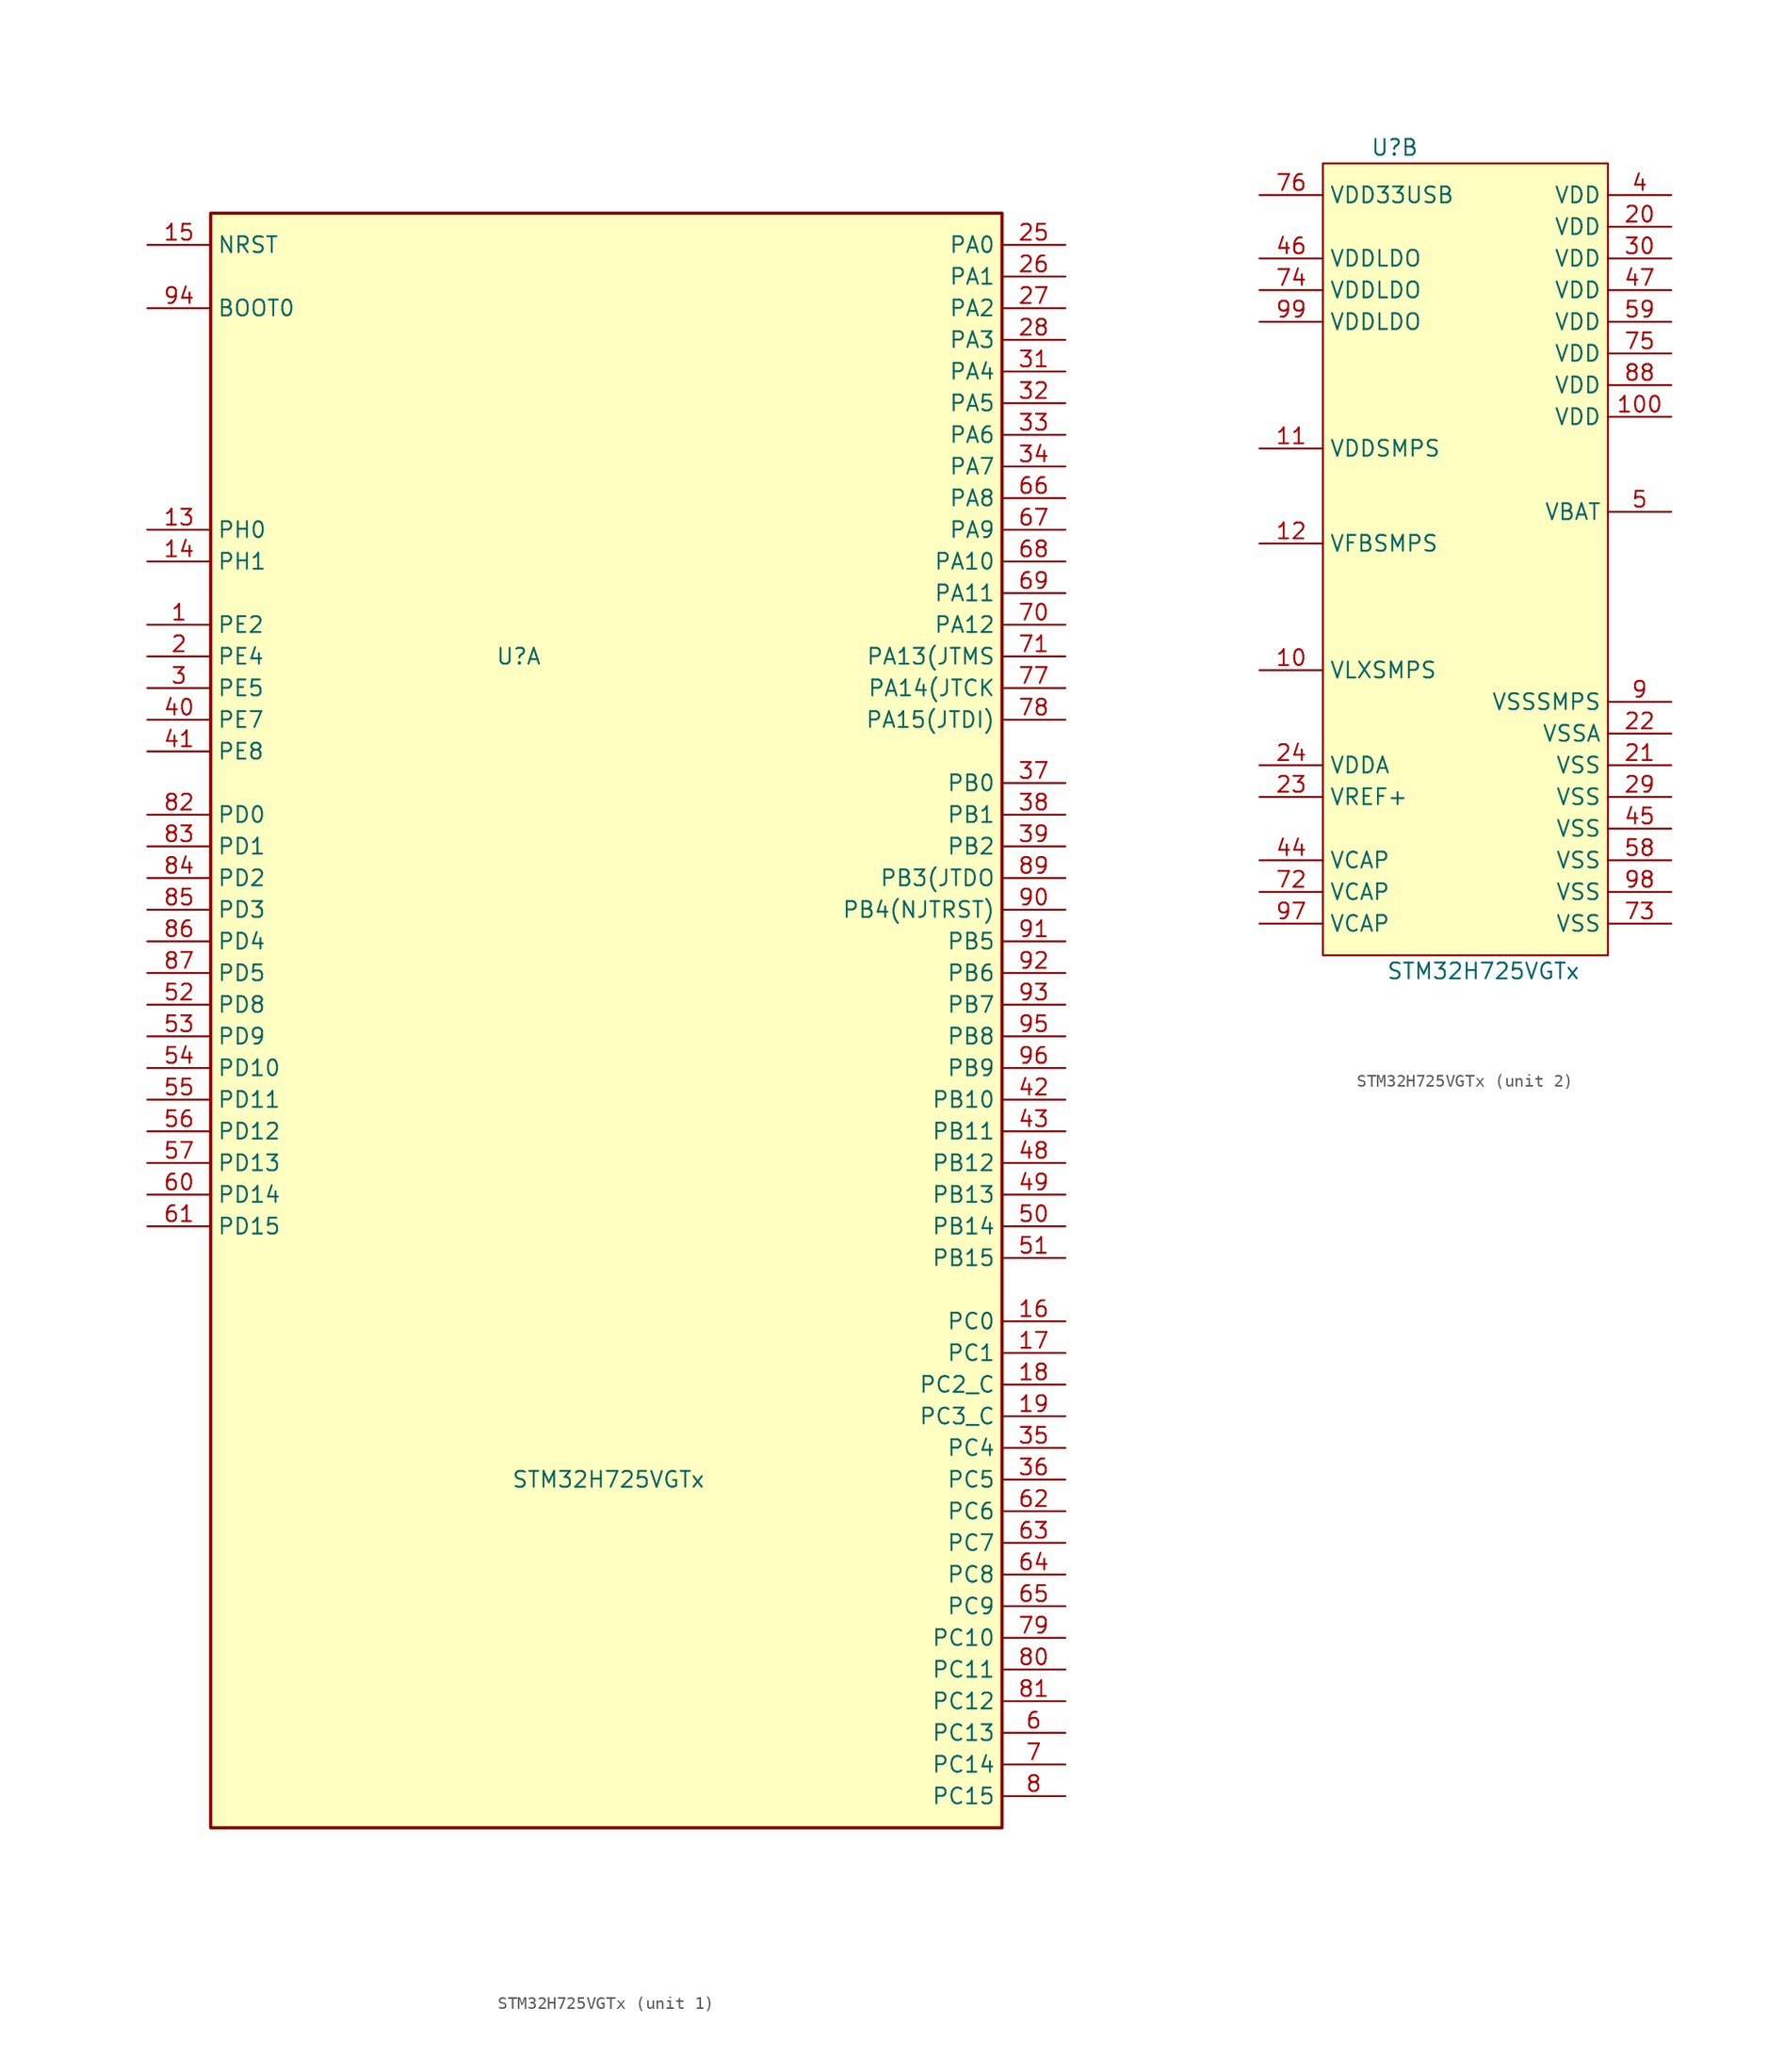
<source format=kicad_sym>
(kicad_symbol_lib
  (version 20220914)
  (generator kicad_symbol_editor)
  (symbol "STM32H725VGTx"
    (property "Reference" "U"
      (at -7.62 30.48 0)
      (effects (font (size 1.27 1.27)) (justify left)))
    (property "Value" "STM32H725VGTx"
      (at -6.35 -35.56 0)
      (effects (font (size 1.27 1.27)) (justify left)))
    (property "ki_locked" ""
      (at 0 0 0)
      (effects (font (size 1.27 1.27))))
    (symbol "STM32H725VGTx_1_1"
      (rectangle (start -30.48 66.04) (end 33.02 -63.5) (stroke (width 0.254) (type default)) (fill (type background)))
      (pin bidirectional line (at -35.56 33.02 0) (length 5.08) (name "PE2" (effects (font (size 1.27 1.27)))) (number "1" (effects (font (size 1.27 1.27)))) (alternate "DEBUG_TRACECLK" bidirectional line) (alternate "ETH_TXD3" bidirectional line) (alternate "FMC_A23" bidirectional line) (alternate "OCTOSPIM_P1_IO2" bidirectional line) (alternate "SAI1_CK1" bidirectional line) (alternate "SAI1_MCLK_A" bidirectional line) (alternate "SAI4_CK1" bidirectional line) (alternate "SAI4_MCLK_A" bidirectional line) (alternate "SPI4_SCK" bidirectional line))
      (pin bidirectional line (at -35.56 40.64 0) (length 5.08) (name "PH0" (effects (font (size 1.27 1.27)))) (number "13" (effects (font (size 1.27 1.27)))) (alternate "RCC_OSC_IN" bidirectional line))
      (pin bidirectional line (at -35.56 38.1 0) (length 5.08) (name "PH1" (effects (font (size 1.27 1.27)))) (number "14" (effects (font (size 1.27 1.27)))) (alternate "RCC_OSC_OUT" bidirectional line))
      (pin input line (at -35.56 63.5 0) (length 5.08) (name "NRST" (effects (font (size 1.27 1.27)))) (number "15" (effects (font (size 1.27 1.27)))))
      (pin bidirectional line (at 38.1 -22.86 180) (length 5.08) (name "PC0" (effects (font (size 1.27 1.27)))) (number "16" (effects (font (size 1.27 1.27)))) (alternate "ADC1_INP10" bidirectional line) (alternate "ADC2_INP10" bidirectional line) (alternate "ADC3_INP10" bidirectional line) (alternate "DFSDM1_CKIN0" bidirectional line) (alternate "DFSDM1_DATIN4" bidirectional line) (alternate "FMC_A25" bidirectional line) (alternate "FMC_D12" bidirectional line) (alternate "FMC_DA12" bidirectional line) (alternate "FMC_SDNWE" bidirectional line) (alternate "LTDC_G2" bidirectional line) (alternate "LTDC_R5" bidirectional line) (alternate "SAI4_FS_B" bidirectional line) (alternate "USB_OTG_HS_ULPI_STP" bidirectional line))
      (pin bidirectional line (at 38.1 -25.4 180) (length 5.08) (name "PC1" (effects (font (size 1.27 1.27)))) (number "17" (effects (font (size 1.27 1.27)))) (alternate "ADC1_INN10" bidirectional line) (alternate "ADC1_INP11" bidirectional line) (alternate "ADC2_INN10" bidirectional line) (alternate "ADC2_INP11" bidirectional line) (alternate "ADC3_INN10" bidirectional line) (alternate "ADC3_INP11" bidirectional line) (alternate "DEBUG_TRACED0" bidirectional line) (alternate "DFSDM1_CKIN4" bidirectional line) (alternate "DFSDM1_DATIN0" bidirectional line) (alternate "ETH_MDC" bidirectional line) (alternate "I2S2_SDO" bidirectional line) (alternate "LTDC_G5" bidirectional line) (alternate "MDIOS_MDC" bidirectional line) (alternate "OCTOSPIM_P1_IO4" bidirectional line) (alternate "PWR_WKUP6" bidirectional line) (alternate "RTC_TAMP3" bidirectional line) (alternate "SAI1_D1" bidirectional line) (alternate "SAI1_SD_A" bidirectional line) (alternate "SAI4_D1" bidirectional line) (alternate "SAI4_SD_A" bidirectional line) (alternate "SDMMC2_CK" bidirectional line) (alternate "SPI2_MOSI" bidirectional line))
      (pin bidirectional line (at 38.1 -27.94 180) (length 5.08) (name "PC2_C" (effects (font (size 1.27 1.27)))) (number "18" (effects (font (size 1.27 1.27)))) (alternate "ADC3_INN1" bidirectional line) (alternate "ADC3_INP0" bidirectional line) (alternate "DFSDM1_CKIN1" bidirectional line) (alternate "DFSDM1_CKOUT" bidirectional line) (alternate "ETH_TXD2" bidirectional line) (alternate "FMC_SDNE0" bidirectional line) (alternate "I2S2_SDI" bidirectional line) (alternate "OCTOSPIM_P1_IO2" bidirectional line) (alternate "OCTOSPIM_P1_IO5" bidirectional line) (alternate "PWR_CSTOP" bidirectional line) (alternate "SPI2_MISO" bidirectional line) (alternate "USB_OTG_HS_ULPI_DIR" bidirectional line))
      (pin bidirectional line (at 38.1 -30.48 180) (length 5.08) (name "PC3_C" (effects (font (size 1.27 1.27)))) (number "19" (effects (font (size 1.27 1.27)))) (alternate "ADC3_INP1" bidirectional line) (alternate "DFSDM1_DATIN1" bidirectional line) (alternate "ETH_TX_CLK" bidirectional line) (alternate "FMC_SDCKE0" bidirectional line) (alternate "I2S2_SDO" bidirectional line) (alternate "OCTOSPIM_P1_IO0" bidirectional line) (alternate "OCTOSPIM_P1_IO6" bidirectional line) (alternate "PWR_CSLEEP" bidirectional line) (alternate "SPI2_MOSI" bidirectional line) (alternate "USB_OTG_HS_ULPI_NXT" bidirectional line))
      (pin bidirectional line (at -35.56 30.48 0) (length 5.08) (name "PE4" (effects (font (size 1.27 1.27)))) (number "2" (effects (font (size 1.27 1.27)))) (alternate "DCMI_D4" bidirectional line) (alternate "DEBUG_TRACED1" bidirectional line) (alternate "DFSDM1_DATIN3" bidirectional line) (alternate "FMC_A20" bidirectional line) (alternate "LTDC_B0" bidirectional line) (alternate "PSSI_D4" bidirectional line) (alternate "SAI1_D2" bidirectional line) (alternate "SAI1_FS_A" bidirectional line) (alternate "SAI4_D2" bidirectional line) (alternate "SAI4_FS_A" bidirectional line) (alternate "SPI4_NSS" bidirectional line) (alternate "TIM15_CH1N" bidirectional line))
      (pin bidirectional line (at 38.1 63.5 180) (length 5.08) (name "PA0" (effects (font (size 1.27 1.27)))) (number "25" (effects (font (size 1.27 1.27)))) (alternate "ADC1_INP16" bidirectional line) (alternate "ETH_CRS" bidirectional line) (alternate "FMC_A19" bidirectional line) (alternate "I2S6_WS" bidirectional line) (alternate "PWR_WKUP1" bidirectional line) (alternate "SAI4_SD_B" bidirectional line) (alternate "SDMMC2_CMD" bidirectional line) (alternate "SPI6_NSS" bidirectional line) (alternate "TIM15_BKIN" bidirectional line) (alternate "TIM2_CH1" bidirectional line) (alternate "TIM2_ETR" bidirectional line) (alternate "TIM5_CH1" bidirectional line) (alternate "TIM8_ETR" bidirectional line) (alternate "UART4_TX" bidirectional line) (alternate "USART2_CTS" bidirectional line) (alternate "USART2_NSS" bidirectional line))
      (pin bidirectional line (at 38.1 60.96 180) (length 5.08) (name "PA1" (effects (font (size 1.27 1.27)))) (number "26" (effects (font (size 1.27 1.27)))) (alternate "ADC1_INN16" bidirectional line) (alternate "ADC1_INP17" bidirectional line) (alternate "ETH_REF_CLK" bidirectional line) (alternate "ETH_RX_CLK" bidirectional line) (alternate "LPTIM3_OUT" bidirectional line) (alternate "LTDC_R2" bidirectional line) (alternate "OCTOSPIM_P1_DQS" bidirectional line) (alternate "OCTOSPIM_P1_IO3" bidirectional line) (alternate "SAI4_MCLK_B" bidirectional line) (alternate "TIM15_CH1N" bidirectional line) (alternate "TIM2_CH2" bidirectional line) (alternate "TIM5_CH2" bidirectional line) (alternate "UART4_RX" bidirectional line) (alternate "USART2_DE" bidirectional line) (alternate "USART2_RTS" bidirectional line))
      (pin bidirectional line (at 38.1 58.42 180) (length 5.08) (name "PA2" (effects (font (size 1.27 1.27)))) (number "27" (effects (font (size 1.27 1.27)))) (alternate "ADC1_INP14" bidirectional line) (alternate "ADC2_INP14" bidirectional line) (alternate "ETH_MDIO" bidirectional line) (alternate "LPTIM4_OUT" bidirectional line) (alternate "LTDC_R1" bidirectional line) (alternate "MDIOS_MDIO" bidirectional line) (alternate "OCTOSPIM_P1_IO0" bidirectional line) (alternate "PWR_WKUP2" bidirectional line) (alternate "SAI4_SCK_B" bidirectional line) (alternate "TIM15_CH1" bidirectional line) (alternate "TIM2_CH3" bidirectional line) (alternate "TIM5_CH3" bidirectional line) (alternate "USART2_TX" bidirectional line))
      (pin bidirectional line (at 38.1 55.88 180) (length 5.08) (name "PA3" (effects (font (size 1.27 1.27)))) (number "28" (effects (font (size 1.27 1.27)))) (alternate "ADC1_INP15" bidirectional line) (alternate "ADC2_INP15" bidirectional line) (alternate "ETH_COL" bidirectional line) (alternate "I2S6_MCK" bidirectional line) (alternate "LPTIM5_OUT" bidirectional line) (alternate "LTDC_B2" bidirectional line) (alternate "LTDC_B5" bidirectional line) (alternate "OCTOSPIM_P1_CLK" bidirectional line) (alternate "OCTOSPIM_P1_IO2" bidirectional line) (alternate "TIM15_CH2" bidirectional line) (alternate "TIM2_CH4" bidirectional line) (alternate "TIM5_CH4" bidirectional line) (alternate "USART2_RX" bidirectional line) (alternate "USB_OTG_HS_ULPI_D0" bidirectional line))
      (pin bidirectional line (at -35.56 27.94 0) (length 5.08) (name "PE5" (effects (font (size 1.27 1.27)))) (number "3" (effects (font (size 1.27 1.27)))) (alternate "DCMI_D6" bidirectional line) (alternate "DEBUG_TRACED2" bidirectional line) (alternate "DFSDM1_CKIN3" bidirectional line) (alternate "FMC_A21" bidirectional line) (alternate "LTDC_G0" bidirectional line) (alternate "PSSI_D6" bidirectional line) (alternate "SAI1_CK2" bidirectional line) (alternate "SAI1_SCK_A" bidirectional line) (alternate "SAI4_CK2" bidirectional line) (alternate "SAI4_SCK_A" bidirectional line) (alternate "SPI4_MISO" bidirectional line) (alternate "TIM15_CH1" bidirectional line))
      (pin bidirectional line (at 38.1 53.34 180) (length 5.08) (name "PA4" (effects (font (size 1.27 1.27)))) (number "31" (effects (font (size 1.27 1.27)))) (alternate "ADC1_INP18" bidirectional line) (alternate "ADC2_INP18" bidirectional line) (alternate "DAC1_OUT1" bidirectional line) (alternate "DCMI_HSYNC" bidirectional line) (alternate "FMC_D8" bidirectional line) (alternate "FMC_DA8" bidirectional line) (alternate "I2S1_WS" bidirectional line) (alternate "I2S3_WS" bidirectional line) (alternate "I2S6_WS" bidirectional line) (alternate "LTDC_VSYNC" bidirectional line) (alternate "PSSI_DE" bidirectional line) (alternate "SPI1_NSS" bidirectional line) (alternate "SPI3_NSS" bidirectional line) (alternate "SPI6_NSS" bidirectional line) (alternate "TIM5_ETR" bidirectional line) (alternate "USART2_CK" bidirectional line))
      (pin bidirectional line (at 38.1 50.8 180) (length 5.08) (name "PA5" (effects (font (size 1.27 1.27)))) (number "32" (effects (font (size 1.27 1.27)))) (alternate "ADC1_INN18" bidirectional line) (alternate "ADC1_INP19" bidirectional line) (alternate "ADC2_INN18" bidirectional line) (alternate "ADC2_INP19" bidirectional line) (alternate "DAC1_OUT2" bidirectional line) (alternate "FMC_D9" bidirectional line) (alternate "FMC_DA9" bidirectional line) (alternate "I2S1_CK" bidirectional line) (alternate "I2S6_CK" bidirectional line) (alternate "LTDC_R4" bidirectional line) (alternate "PSSI_D14" bidirectional line) (alternate "PWR_NDSTOP2" bidirectional line) (alternate "SPI1_SCK" bidirectional line) (alternate "SPI6_SCK" bidirectional line) (alternate "TIM2_CH1" bidirectional line) (alternate "TIM2_ETR" bidirectional line) (alternate "TIM8_CH1N" bidirectional line) (alternate "USB_OTG_HS_ULPI_CK" bidirectional line))
      (pin bidirectional line (at 38.1 48.26 180) (length 5.08) (name "PA6" (effects (font (size 1.27 1.27)))) (number "33" (effects (font (size 1.27 1.27)))) (alternate "ADC1_INP3" bidirectional line) (alternate "ADC2_INP3" bidirectional line) (alternate "DCMI_PIXCLK" bidirectional line) (alternate "I2S1_SDI" bidirectional line) (alternate "I2S6_SDI" bidirectional line) (alternate "LTDC_G2" bidirectional line) (alternate "MDIOS_MDC" bidirectional line) (alternate "OCTOSPIM_P1_IO3" bidirectional line) (alternate "PSSI_PDCK" bidirectional line) (alternate "SPI1_MISO" bidirectional line) (alternate "SPI6_MISO" bidirectional line) (alternate "TIM13_CH1" bidirectional line) (alternate "TIM1_BKIN" bidirectional line) (alternate "TIM1_BKIN_COMP1" bidirectional line) (alternate "TIM1_BKIN_COMP2" bidirectional line) (alternate "TIM3_CH1" bidirectional line) (alternate "TIM8_BKIN" bidirectional line) (alternate "TIM8_BKIN_COMP1" bidirectional line) (alternate "TIM8_BKIN_COMP2" bidirectional line))
      (pin bidirectional line (at 38.1 45.72 180) (length 5.08) (name "PA7" (effects (font (size 1.27 1.27)))) (number "34" (effects (font (size 1.27 1.27)))) (alternate "ADC1_INN3" bidirectional line) (alternate "ADC1_INP7" bidirectional line) (alternate "ADC2_INN3" bidirectional line) (alternate "ADC2_INP7" bidirectional line) (alternate "ETH_CRS_DV" bidirectional line) (alternate "ETH_RX_DV" bidirectional line) (alternate "FMC_SDNWE" bidirectional line) (alternate "I2S1_SDO" bidirectional line) (alternate "I2S6_SDO" bidirectional line) (alternate "LTDC_VSYNC" bidirectional line) (alternate "OCTOSPIM_P1_IO2" bidirectional line) (alternate "OPAMP1_VINM" bidirectional line) (alternate "SPI1_MOSI" bidirectional line) (alternate "SPI6_MOSI" bidirectional line) (alternate "TIM14_CH1" bidirectional line) (alternate "TIM1_CH1N" bidirectional line) (alternate "TIM3_CH2" bidirectional line) (alternate "TIM8_CH1N" bidirectional line))
      (pin bidirectional line (at 38.1 -33.02 180) (length 5.08) (name "PC4" (effects (font (size 1.27 1.27)))) (number "35" (effects (font (size 1.27 1.27)))) (alternate "ADC1_INP4" bidirectional line) (alternate "ADC2_INP4" bidirectional line) (alternate "COMP1_INM" bidirectional line) (alternate "DFSDM1_CKIN2" bidirectional line) (alternate "ETH_RXD0" bidirectional line) (alternate "FMC_A22" bidirectional line) (alternate "FMC_SDNE0" bidirectional line) (alternate "I2S1_MCK" bidirectional line) (alternate "LTDC_R7" bidirectional line) (alternate "OPAMP1_VOUT" bidirectional line) (alternate "SDMMC2_CKIN" bidirectional line) (alternate "SPDIFRX1_IN2" bidirectional line))
      (pin bidirectional line (at 38.1 -35.56 180) (length 5.08) (name "PC5" (effects (font (size 1.27 1.27)))) (number "36" (effects (font (size 1.27 1.27)))) (alternate "ADC1_INN4" bidirectional line) (alternate "ADC1_INP8" bidirectional line) (alternate "ADC2_INN4" bidirectional line) (alternate "ADC2_INP8" bidirectional line) (alternate "COMP1_OUT" bidirectional line) (alternate "DFSDM1_DATIN2" bidirectional line) (alternate "ETH_RXD1" bidirectional line) (alternate "FMC_SDCKE0" bidirectional line) (alternate "LTDC_DE" bidirectional line) (alternate "OCTOSPIM_P1_DQS" bidirectional line) (alternate "OPAMP1_VINM" bidirectional line) (alternate "PSSI_D15" bidirectional line) (alternate "SAI1_D3" bidirectional line) (alternate "SAI4_D3" bidirectional line) (alternate "SPDIFRX1_IN3" bidirectional line))
      (pin bidirectional line (at 38.1 20.32 180) (length 5.08) (name "PB0" (effects (font (size 1.27 1.27)))) (number "37" (effects (font (size 1.27 1.27)))) (alternate "ADC1_INN5" bidirectional line) (alternate "ADC1_INP9" bidirectional line) (alternate "ADC2_INN5" bidirectional line) (alternate "ADC2_INP9" bidirectional line) (alternate "COMP1_INP" bidirectional line) (alternate "DFSDM1_CKOUT" bidirectional line) (alternate "ETH_RXD2" bidirectional line) (alternate "LTDC_G1" bidirectional line) (alternate "LTDC_R3" bidirectional line) (alternate "OCTOSPIM_P1_IO1" bidirectional line) (alternate "OPAMP1_VINP" bidirectional line) (alternate "TIM1_CH2N" bidirectional line) (alternate "TIM3_CH3" bidirectional line) (alternate "TIM8_CH2N" bidirectional line) (alternate "UART4_CTS" bidirectional line) (alternate "USB_OTG_HS_ULPI_D1" bidirectional line))
      (pin bidirectional line (at 38.1 17.78 180) (length 5.08) (name "PB1" (effects (font (size 1.27 1.27)))) (number "38" (effects (font (size 1.27 1.27)))) (alternate "ADC1_INP5" bidirectional line) (alternate "ADC2_INP5" bidirectional line) (alternate "COMP1_INM" bidirectional line) (alternate "DFSDM1_DATIN1" bidirectional line) (alternate "ETH_RXD3" bidirectional line) (alternate "LTDC_G0" bidirectional line) (alternate "LTDC_R6" bidirectional line) (alternate "OCTOSPIM_P1_IO0" bidirectional line) (alternate "TIM1_CH3N" bidirectional line) (alternate "TIM3_CH4" bidirectional line) (alternate "TIM8_CH3N" bidirectional line) (alternate "USB_OTG_HS_ULPI_D2" bidirectional line))
      (pin bidirectional line (at 38.1 15.24 180) (length 5.08) (name "PB2" (effects (font (size 1.27 1.27)))) (number "39" (effects (font (size 1.27 1.27)))) (alternate "COMP1_INP" bidirectional line) (alternate "DFSDM1_CKIN1" bidirectional line) (alternate "ETH_TX_ER" bidirectional line) (alternate "I2S3_SDO" bidirectional line) (alternate "OCTOSPIM_P1_CLK" bidirectional line) (alternate "OCTOSPIM_P1_DQS" bidirectional line) (alternate "RTC_OUT_ALARM" bidirectional line) (alternate "RTC_OUT_CALIB" bidirectional line) (alternate "SAI1_D1" bidirectional line) (alternate "SAI1_SD_A" bidirectional line) (alternate "SAI4_D1" bidirectional line) (alternate "SAI4_SD_A" bidirectional line) (alternate "SPI3_MOSI" bidirectional line) (alternate "TIM23_ETR" bidirectional line))
      (pin bidirectional line (at -35.56 25.4 0) (length 5.08) (name "PE7" (effects (font (size 1.27 1.27)))) (number "40" (effects (font (size 1.27 1.27)))) (alternate "COMP2_INM" bidirectional line) (alternate "DFSDM1_DATIN2" bidirectional line) (alternate "FMC_D4" bidirectional line) (alternate "FMC_DA4" bidirectional line) (alternate "OCTOSPIM_P1_IO4" bidirectional line) (alternate "OPAMP2_VOUT" bidirectional line) (alternate "TIM1_ETR" bidirectional line) (alternate "UART7_RX" bidirectional line))
      (pin bidirectional line (at -35.56 22.86 0) (length 5.08) (name "PE8" (effects (font (size 1.27 1.27)))) (number "41" (effects (font (size 1.27 1.27)))) (alternate "COMP2_OUT" bidirectional line) (alternate "DFSDM1_CKIN2" bidirectional line) (alternate "FMC_D5" bidirectional line) (alternate "FMC_DA5" bidirectional line) (alternate "OCTOSPIM_P1_IO5" bidirectional line) (alternate "OPAMP2_VINM" bidirectional line) (alternate "TIM1_CH1N" bidirectional line) (alternate "UART7_TX" bidirectional line))
      (pin bidirectional line (at 38.1 -5.08 180) (length 5.08) (name "PB10" (effects (font (size 1.27 1.27)))) (number "42" (effects (font (size 1.27 1.27)))) (alternate "DFSDM1_DATIN7" bidirectional line) (alternate "ETH_RX_ER" bidirectional line) (alternate "I2C2_SCL" bidirectional line) (alternate "I2S2_CK" bidirectional line) (alternate "LPTIM2_IN1" bidirectional line) (alternate "LTDC_G4" bidirectional line) (alternate "OCTOSPIM_P1_NCS" bidirectional line) (alternate "SPI2_SCK" bidirectional line) (alternate "TIM2_CH3" bidirectional line) (alternate "USART3_TX" bidirectional line) (alternate "USB_OTG_HS_ULPI_D3" bidirectional line))
      (pin bidirectional line (at 38.1 -7.62 180) (length 5.08) (name "PB11" (effects (font (size 1.27 1.27)))) (number "43" (effects (font (size 1.27 1.27)))) (alternate "ADC1_EXTI11" bidirectional line) (alternate "ADC2_EXTI11" bidirectional line) (alternate "ADC3_EXTI11" bidirectional line) (alternate "DFSDM1_CKIN7" bidirectional line) (alternate "ETH_TX_EN" bidirectional line) (alternate "I2C2_SDA" bidirectional line) (alternate "LPTIM2_ETR" bidirectional line) (alternate "LTDC_G5" bidirectional line) (alternate "TIM2_CH4" bidirectional line) (alternate "USART3_RX" bidirectional line) (alternate "USB_OTG_HS_ULPI_D4" bidirectional line))
      (pin bidirectional line (at 38.1 -10.16 180) (length 5.08) (name "PB12" (effects (font (size 1.27 1.27)))) (number "48" (effects (font (size 1.27 1.27)))) (alternate "DFSDM1_DATIN1" bidirectional line) (alternate "ETH_TXD0" bidirectional line) (alternate "FDCAN2_RX" bidirectional line) (alternate "I2C2_SMBA" bidirectional line) (alternate "I2S2_WS" bidirectional line) (alternate "OCTOSPIM_P1_IO0" bidirectional line) (alternate "OCTOSPIM_P1_NCLK" bidirectional line) (alternate "SPI2_NSS" bidirectional line) (alternate "TIM1_BKIN" bidirectional line) (alternate "TIM1_BKIN_COMP1" bidirectional line) (alternate "TIM1_BKIN_COMP2" bidirectional line) (alternate "UART5_RX" bidirectional line) (alternate "USART3_CK" bidirectional line) (alternate "USB_OTG_HS_ULPI_D5" bidirectional line))
      (pin bidirectional line (at 38.1 -12.7 180) (length 5.08) (name "PB13" (effects (font (size 1.27 1.27)))) (number "49" (effects (font (size 1.27 1.27)))) (alternate "DCMI_D2" bidirectional line) (alternate "DFSDM1_CKIN1" bidirectional line) (alternate "ETH_TXD1" bidirectional line) (alternate "FDCAN2_TX" bidirectional line) (alternate "I2S2_CK" bidirectional line) (alternate "LPTIM2_OUT" bidirectional line) (alternate "OCTOSPIM_P1_IO2" bidirectional line) (alternate "PSSI_D2" bidirectional line) (alternate "SDMMC1_D0" bidirectional line) (alternate "SPI2_SCK" bidirectional line) (alternate "TIM1_CH1N" bidirectional line) (alternate "UART5_TX" bidirectional line) (alternate "USART3_CTS" bidirectional line) (alternate "USART3_NSS" bidirectional line) (alternate "USB_OTG_HS_ULPI_D6" bidirectional line))
      (pin bidirectional line (at 38.1 -15.24 180) (length 5.08) (name "PB14" (effects (font (size 1.27 1.27)))) (number "50" (effects (font (size 1.27 1.27)))) (alternate "DFSDM1_DATIN2" bidirectional line) (alternate "FMC_D10" bidirectional line) (alternate "FMC_DA10" bidirectional line) (alternate "I2S2_SDI" bidirectional line) (alternate "LTDC_CLK" bidirectional line) (alternate "SDMMC2_D0" bidirectional line) (alternate "SPI2_MISO" bidirectional line) (alternate "TIM12_CH1" bidirectional line) (alternate "TIM1_CH2N" bidirectional line) (alternate "TIM8_CH2N" bidirectional line) (alternate "UART4_DE" bidirectional line) (alternate "UART4_RTS" bidirectional line) (alternate "USART1_TX" bidirectional line) (alternate "USART3_DE" bidirectional line) (alternate "USART3_RTS" bidirectional line))
      (pin bidirectional line (at 38.1 -17.78 180) (length 5.08) (name "PB15" (effects (font (size 1.27 1.27)))) (number "51" (effects (font (size 1.27 1.27)))) (alternate "ADC1_EXTI15" bidirectional line) (alternate "ADC2_EXTI15" bidirectional line) (alternate "ADC3_EXTI15" bidirectional line) (alternate "DFSDM1_CKIN2" bidirectional line) (alternate "FMC_D11" bidirectional line) (alternate "FMC_DA11" bidirectional line) (alternate "I2S2_SDO" bidirectional line) (alternate "LTDC_G7" bidirectional line) (alternate "RTC_REFIN" bidirectional line) (alternate "SDMMC2_D1" bidirectional line) (alternate "SPI2_MOSI" bidirectional line) (alternate "TIM12_CH2" bidirectional line) (alternate "TIM1_CH3N" bidirectional line) (alternate "TIM8_CH3N" bidirectional line) (alternate "UART4_CTS" bidirectional line) (alternate "USART1_RX" bidirectional line))
      (pin bidirectional line (at -35.56 2.54 0) (length 5.08) (name "PD8" (effects (font (size 1.27 1.27)))) (number "52" (effects (font (size 1.27 1.27)))) (alternate "DFSDM1_CKIN3" bidirectional line) (alternate "FMC_D13" bidirectional line) (alternate "FMC_DA13" bidirectional line) (alternate "SPDIFRX1_IN1" bidirectional line) (alternate "USART3_TX" bidirectional line))
      (pin bidirectional line (at -35.56 0 0) (length 5.08) (name "PD9" (effects (font (size 1.27 1.27)))) (number "53" (effects (font (size 1.27 1.27)))) (alternate "DAC1_EXTI9" bidirectional line) (alternate "DFSDM1_DATIN3" bidirectional line) (alternate "FMC_D14" bidirectional line) (alternate "FMC_DA14" bidirectional line) (alternate "USART3_RX" bidirectional line))
      (pin bidirectional line (at -35.56 -2.54 0) (length 5.08) (name "PD10" (effects (font (size 1.27 1.27)))) (number "54" (effects (font (size 1.27 1.27)))) (alternate "DFSDM1_CKOUT" bidirectional line) (alternate "FMC_D15" bidirectional line) (alternate "FMC_DA15" bidirectional line) (alternate "LTDC_B3" bidirectional line) (alternate "USART3_CK" bidirectional line))
      (pin bidirectional line (at -35.56 -5.08 0) (length 5.08) (name "PD11" (effects (font (size 1.27 1.27)))) (number "55" (effects (font (size 1.27 1.27)))) (alternate "ADC1_EXTI11" bidirectional line) (alternate "ADC2_EXTI11" bidirectional line) (alternate "ADC3_EXTI11" bidirectional line) (alternate "FMC_A16" bidirectional line) (alternate "FMC_CLE" bidirectional line) (alternate "I2C4_SMBA" bidirectional line) (alternate "LPTIM2_IN2" bidirectional line) (alternate "OCTOSPIM_P1_IO0" bidirectional line) (alternate "SAI4_SD_A" bidirectional line) (alternate "USART3_CTS" bidirectional line) (alternate "USART3_NSS" bidirectional line))
      (pin bidirectional line (at -35.56 -7.62 0) (length 5.08) (name "PD12" (effects (font (size 1.27 1.27)))) (number "56" (effects (font (size 1.27 1.27)))) (alternate "DCMI_D12" bidirectional line) (alternate "FDCAN3_RX" bidirectional line) (alternate "FMC_A17" bidirectional line) (alternate "FMC_ALE" bidirectional line) (alternate "I2C4_SCL" bidirectional line) (alternate "LPTIM1_IN1" bidirectional line) (alternate "LPTIM2_IN1" bidirectional line) (alternate "OCTOSPIM_P1_IO1" bidirectional line) (alternate "PSSI_D12" bidirectional line) (alternate "SAI4_FS_A" bidirectional line) (alternate "TIM4_CH1" bidirectional line) (alternate "USART3_DE" bidirectional line) (alternate "USART3_RTS" bidirectional line))
      (pin bidirectional line (at -35.56 -10.16 0) (length 5.08) (name "PD13" (effects (font (size 1.27 1.27)))) (number "57" (effects (font (size 1.27 1.27)))) (alternate "DCMI_D13" bidirectional line) (alternate "FDCAN3_TX" bidirectional line) (alternate "FMC_A18" bidirectional line) (alternate "I2C4_SDA" bidirectional line) (alternate "LPTIM1_OUT" bidirectional line) (alternate "OCTOSPIM_P1_IO3" bidirectional line) (alternate "PSSI_D13" bidirectional line) (alternate "SAI4_SCK_A" bidirectional line) (alternate "TIM4_CH2" bidirectional line) (alternate "UART9_DE" bidirectional line) (alternate "UART9_RTS" bidirectional line))
      (pin bidirectional line (at 38.1 -55.88 180) (length 5.08) (name "PC13" (effects (font (size 1.27 1.27)))) (number "6" (effects (font (size 1.27 1.27)))) (alternate "PWR_WKUP4" bidirectional line) (alternate "RTC_OUT_ALARM" bidirectional line) (alternate "RTC_OUT_CALIB" bidirectional line) (alternate "RTC_TAMP1" bidirectional line) (alternate "RTC_TS" bidirectional line))
      (pin bidirectional line (at -35.56 -12.7 0) (length 5.08) (name "PD14" (effects (font (size 1.27 1.27)))) (number "60" (effects (font (size 1.27 1.27)))) (alternate "FMC_D0" bidirectional line) (alternate "FMC_DA0" bidirectional line) (alternate "TIM4_CH3" bidirectional line) (alternate "UART9_RX" bidirectional line))
      (pin bidirectional line (at -35.56 -15.24 0) (length 5.08) (name "PD15" (effects (font (size 1.27 1.27)))) (number "61" (effects (font (size 1.27 1.27)))) (alternate "ADC1_EXTI15" bidirectional line) (alternate "ADC2_EXTI15" bidirectional line) (alternate "ADC3_EXTI15" bidirectional line) (alternate "FMC_D1" bidirectional line) (alternate "FMC_DA1" bidirectional line) (alternate "TIM4_CH4" bidirectional line) (alternate "UART9_TX" bidirectional line))
      (pin bidirectional line (at 38.1 -38.1 180) (length 5.08) (name "PC6" (effects (font (size 1.27 1.27)))) (number "62" (effects (font (size 1.27 1.27)))) (alternate "DCMI_D0" bidirectional line) (alternate "DFSDM1_CKIN3" bidirectional line) (alternate "FMC_NWAIT" bidirectional line) (alternate "I2S2_MCK" bidirectional line) (alternate "LTDC_HSYNC" bidirectional line) (alternate "PSSI_D0" bidirectional line) (alternate "SDMMC1_D0DIR" bidirectional line) (alternate "SDMMC1_D6" bidirectional line) (alternate "SDMMC2_D6" bidirectional line) (alternate "SWPMI1_IO" bidirectional line) (alternate "TIM3_CH1" bidirectional line) (alternate "TIM8_CH1" bidirectional line) (alternate "USART6_TX" bidirectional line))
      (pin bidirectional line (at 38.1 -40.64 180) (length 5.08) (name "PC7" (effects (font (size 1.27 1.27)))) (number "63" (effects (font (size 1.27 1.27)))) (alternate "DCMI_D1" bidirectional line) (alternate "DEBUG_TRGIO" bidirectional line) (alternate "DFSDM1_DATIN3" bidirectional line) (alternate "FMC_NE1" bidirectional line) (alternate "I2S3_MCK" bidirectional line) (alternate "LTDC_G6" bidirectional line) (alternate "PSSI_D1" bidirectional line) (alternate "SDMMC1_D123DIR" bidirectional line) (alternate "SDMMC1_D7" bidirectional line) (alternate "SDMMC2_D7" bidirectional line) (alternate "SWPMI1_TX" bidirectional line) (alternate "TIM3_CH2" bidirectional line) (alternate "TIM8_CH2" bidirectional line) (alternate "USART6_RX" bidirectional line))
      (pin bidirectional line (at 38.1 -43.18 180) (length 5.08) (name "PC8" (effects (font (size 1.27 1.27)))) (number "64" (effects (font (size 1.27 1.27)))) (alternate "DCMI_D2" bidirectional line) (alternate "DEBUG_TRACED1" bidirectional line) (alternate "FMC_INT" bidirectional line) (alternate "FMC_NCE" bidirectional line) (alternate "FMC_NE2" bidirectional line) (alternate "PSSI_D2" bidirectional line) (alternate "SDMMC1_D0" bidirectional line) (alternate "SWPMI1_RX" bidirectional line) (alternate "TIM3_CH3" bidirectional line) (alternate "TIM8_CH3" bidirectional line) (alternate "UART5_DE" bidirectional line) (alternate "UART5_RTS" bidirectional line) (alternate "USART6_CK" bidirectional line))
      (pin bidirectional line (at 38.1 -45.72 180) (length 5.08) (name "PC9" (effects (font (size 1.27 1.27)))) (number "65" (effects (font (size 1.27 1.27)))) (alternate "DAC1_EXTI9" bidirectional line) (alternate "DCMI_D3" bidirectional line) (alternate "I2C3_SDA" bidirectional line) (alternate "I2C5_SDA" bidirectional line) (alternate "I2S_CKIN" bidirectional line) (alternate "LTDC_B2" bidirectional line) (alternate "LTDC_G3" bidirectional line) (alternate "OCTOSPIM_P1_IO0" bidirectional line) (alternate "PSSI_D3" bidirectional line) (alternate "RCC_MCO_2" bidirectional line) (alternate "SDMMC1_D1" bidirectional line) (alternate "SWPMI1_SUSPEND" bidirectional line) (alternate "TIM3_CH4" bidirectional line) (alternate "TIM8_CH4" bidirectional line) (alternate "UART5_CTS" bidirectional line))
      (pin bidirectional line (at 38.1 43.18 180) (length 5.08) (name "PA8" (effects (font (size 1.27 1.27)))) (number "66" (effects (font (size 1.27 1.27)))) (alternate "I2C3_SCL" bidirectional line) (alternate "I2C5_SCL" bidirectional line) (alternate "LTDC_B3" bidirectional line) (alternate "LTDC_R6" bidirectional line) (alternate "RCC_MCO_1" bidirectional line) (alternate "TIM1_CH1" bidirectional line) (alternate "TIM8_BKIN2" bidirectional line) (alternate "TIM8_BKIN2_COMP1" bidirectional line) (alternate "TIM8_BKIN2_COMP2" bidirectional line) (alternate "UART7_RX" bidirectional line) (alternate "USART1_CK" bidirectional line) (alternate "USB_OTG_HS_SOF" bidirectional line))
      (pin bidirectional line (at 38.1 40.64 180) (length 5.08) (name "PA9" (effects (font (size 1.27 1.27)))) (number "67" (effects (font (size 1.27 1.27)))) (alternate "DAC1_EXTI9" bidirectional line) (alternate "DCMI_D0" bidirectional line) (alternate "ETH_TX_ER" bidirectional line) (alternate "I2C3_SMBA" bidirectional line) (alternate "I2C5_SMBA" bidirectional line) (alternate "I2S2_CK" bidirectional line) (alternate "LPUART1_TX" bidirectional line) (alternate "LTDC_R5" bidirectional line) (alternate "PSSI_D0" bidirectional line) (alternate "SPI2_SCK" bidirectional line) (alternate "TIM1_CH2" bidirectional line) (alternate "USART1_TX" bidirectional line) (alternate "USB_OTG_HS_VBUS" bidirectional line))
      (pin bidirectional line (at 38.1 38.1 180) (length 5.08) (name "PA10" (effects (font (size 1.27 1.27)))) (number "68" (effects (font (size 1.27 1.27)))) (alternate "DCMI_D1" bidirectional line) (alternate "LPUART1_RX" bidirectional line) (alternate "LTDC_B1" bidirectional line) (alternate "LTDC_B4" bidirectional line) (alternate "MDIOS_MDIO" bidirectional line) (alternate "PSSI_D1" bidirectional line) (alternate "TIM1_CH3" bidirectional line) (alternate "USART1_RX" bidirectional line) (alternate "USB_OTG_HS_ID" bidirectional line))
      (pin bidirectional line (at 38.1 35.56 180) (length 5.08) (name "PA11" (effects (font (size 1.27 1.27)))) (number "69" (effects (font (size 1.27 1.27)))) (alternate "ADC1_EXTI11" bidirectional line) (alternate "ADC2_EXTI11" bidirectional line) (alternate "ADC3_EXTI11" bidirectional line) (alternate "FDCAN1_RX" bidirectional line) (alternate "I2S2_WS" bidirectional line) (alternate "LPUART1_CTS" bidirectional line) (alternate "LTDC_R4" bidirectional line) (alternate "SPI2_NSS" bidirectional line) (alternate "TIM1_CH4" bidirectional line) (alternate "UART4_RX" bidirectional line) (alternate "USART1_CTS" bidirectional line) (alternate "USART1_NSS" bidirectional line) (alternate "USB_OTG_HS_DM" bidirectional line))
      (pin bidirectional line (at 38.1 -58.42 180) (length 5.08) (name "PC14" (effects (font (size 1.27 1.27)))) (number "7" (effects (font (size 1.27 1.27)))) (alternate "RCC_OSC32_IN" bidirectional line))
      (pin bidirectional line (at 38.1 33.02 180) (length 5.08) (name "PA12" (effects (font (size 1.27 1.27)))) (number "70" (effects (font (size 1.27 1.27)))) (alternate "FDCAN1_TX" bidirectional line) (alternate "I2S2_CK" bidirectional line) (alternate "LPUART1_DE" bidirectional line) (alternate "LPUART1_RTS" bidirectional line) (alternate "LTDC_R5" bidirectional line) (alternate "SAI4_FS_B" bidirectional line) (alternate "SPI2_SCK" bidirectional line) (alternate "TIM1_BKIN2" bidirectional line) (alternate "TIM1_ETR" bidirectional line) (alternate "UART4_TX" bidirectional line) (alternate "USART1_DE" bidirectional line) (alternate "USART1_RTS" bidirectional line) (alternate "USB_OTG_HS_DP" bidirectional line))
      (pin bidirectional line (at 38.1 30.48 180) (length 5.08) (name "PA13(JTMS" (effects (font (size 1.27 1.27)))) (number "71" (effects (font (size 1.27 1.27)))) (alternate "DEBUG_JTMS-SWDIO" bidirectional line))
      (pin bidirectional line (at 38.1 27.94 180) (length 5.08) (name "PA14(JTCK" (effects (font (size 1.27 1.27)))) (number "77" (effects (font (size 1.27 1.27)))) (alternate "DEBUG_JTCK-SWCLK" bidirectional line))
      (pin bidirectional line (at 38.1 25.4 180) (length 5.08) (name "PA15(JTDI)" (effects (font (size 1.27 1.27)))) (number "78" (effects (font (size 1.27 1.27)))) (alternate "ADC1_EXTI15" bidirectional line) (alternate "ADC2_EXTI15" bidirectional line) (alternate "ADC3_EXTI15" bidirectional line) (alternate "CEC" bidirectional line) (alternate "DEBUG_JTDI" bidirectional line) (alternate "I2S1_WS" bidirectional line) (alternate "I2S3_WS" bidirectional line) (alternate "I2S6_WS" bidirectional line) (alternate "LTDC_B6" bidirectional line) (alternate "LTDC_R3" bidirectional line) (alternate "SPI1_NSS" bidirectional line) (alternate "SPI3_NSS" bidirectional line) (alternate "SPI6_NSS" bidirectional line) (alternate "TIM2_CH1" bidirectional line) (alternate "TIM2_ETR" bidirectional line) (alternate "UART4_DE" bidirectional line) (alternate "UART4_RTS" bidirectional line) (alternate "UART7_TX" bidirectional line))
      (pin bidirectional line (at 38.1 -48.26 180) (length 5.08) (name "PC10" (effects (font (size 1.27 1.27)))) (number "79" (effects (font (size 1.27 1.27)))) (alternate "DCMI_D8" bidirectional line) (alternate "DFSDM1_CKIN5" bidirectional line) (alternate "I2C5_SDA" bidirectional line) (alternate "I2S3_CK" bidirectional line) (alternate "LTDC_B1" bidirectional line) (alternate "LTDC_R2" bidirectional line) (alternate "OCTOSPIM_P1_IO1" bidirectional line) (alternate "PSSI_D8" bidirectional line) (alternate "SDMMC1_D2" bidirectional line) (alternate "SPI3_SCK" bidirectional line) (alternate "SWPMI1_RX" bidirectional line) (alternate "UART4_TX" bidirectional line) (alternate "USART3_TX" bidirectional line))
      (pin bidirectional line (at 38.1 -60.96 180) (length 5.08) (name "PC15" (effects (font (size 1.27 1.27)))) (number "8" (effects (font (size 1.27 1.27)))) (alternate "ADC1_EXTI15" bidirectional line) (alternate "ADC2_EXTI15" bidirectional line) (alternate "ADC3_EXTI15" bidirectional line) (alternate "RCC_OSC32_OUT" bidirectional line))
      (pin bidirectional line (at 38.1 -50.8 180) (length 5.08) (name "PC11" (effects (font (size 1.27 1.27)))) (number "80" (effects (font (size 1.27 1.27)))) (alternate "ADC1_EXTI11" bidirectional line) (alternate "ADC2_EXTI11" bidirectional line) (alternate "ADC3_EXTI11" bidirectional line) (alternate "DCMI_D4" bidirectional line) (alternate "DFSDM1_DATIN5" bidirectional line) (alternate "I2C5_SCL" bidirectional line) (alternate "I2S3_SDI" bidirectional line) (alternate "LTDC_B4" bidirectional line) (alternate "OCTOSPIM_P1_NCS" bidirectional line) (alternate "PSSI_D4" bidirectional line) (alternate "SDMMC1_D3" bidirectional line) (alternate "SPI3_MISO" bidirectional line) (alternate "UART4_RX" bidirectional line) (alternate "USART3_RX" bidirectional line))
      (pin bidirectional line (at 38.1 -53.34 180) (length 5.08) (name "PC12" (effects (font (size 1.27 1.27)))) (number "81" (effects (font (size 1.27 1.27)))) (alternate "DCMI_D9" bidirectional line) (alternate "DEBUG_TRACED3" bidirectional line) (alternate "FMC_D6" bidirectional line) (alternate "FMC_DA6" bidirectional line) (alternate "I2C5_SMBA" bidirectional line) (alternate "I2S3_SDO" bidirectional line) (alternate "I2S6_CK" bidirectional line) (alternate "LTDC_R6" bidirectional line) (alternate "PSSI_D9" bidirectional line) (alternate "SDMMC1_CK" bidirectional line) (alternate "SPI3_MOSI" bidirectional line) (alternate "SPI6_SCK" bidirectional line) (alternate "TIM15_CH1" bidirectional line) (alternate "UART5_TX" bidirectional line) (alternate "USART3_CK" bidirectional line))
      (pin bidirectional line (at -35.56 17.78 0) (length 5.08) (name "PD0" (effects (font (size 1.27 1.27)))) (number "82" (effects (font (size 1.27 1.27)))) (alternate "DFSDM1_CKIN6" bidirectional line) (alternate "FDCAN1_RX" bidirectional line) (alternate "FMC_D2" bidirectional line) (alternate "FMC_DA2" bidirectional line) (alternate "LTDC_B1" bidirectional line) (alternate "UART4_RX" bidirectional line) (alternate "UART9_CTS" bidirectional line))
      (pin bidirectional line (at -35.56 15.24 0) (length 5.08) (name "PD1" (effects (font (size 1.27 1.27)))) (number "83" (effects (font (size 1.27 1.27)))) (alternate "DFSDM1_DATIN6" bidirectional line) (alternate "FDCAN1_TX" bidirectional line) (alternate "FMC_D3" bidirectional line) (alternate "FMC_DA3" bidirectional line) (alternate "UART4_TX" bidirectional line))
      (pin bidirectional line (at -35.56 12.7 0) (length 5.08) (name "PD2" (effects (font (size 1.27 1.27)))) (number "84" (effects (font (size 1.27 1.27)))) (alternate "DCMI_D11" bidirectional line) (alternate "DEBUG_TRACED2" bidirectional line) (alternate "FMC_D7" bidirectional line) (alternate "FMC_DA7" bidirectional line) (alternate "LTDC_B2" bidirectional line) (alternate "LTDC_B7" bidirectional line) (alternate "PSSI_D11" bidirectional line) (alternate "SDMMC1_CMD" bidirectional line) (alternate "TIM15_BKIN" bidirectional line) (alternate "TIM3_ETR" bidirectional line) (alternate "UART5_RX" bidirectional line))
      (pin bidirectional line (at -35.56 10.16 0) (length 5.08) (name "PD3" (effects (font (size 1.27 1.27)))) (number "85" (effects (font (size 1.27 1.27)))) (alternate "DCMI_D5" bidirectional line) (alternate "DFSDM1_CKOUT" bidirectional line) (alternate "FMC_CLK" bidirectional line) (alternate "I2S2_CK" bidirectional line) (alternate "LTDC_G7" bidirectional line) (alternate "PSSI_D5" bidirectional line) (alternate "SPI2_SCK" bidirectional line) (alternate "USART2_CTS" bidirectional line) (alternate "USART2_NSS" bidirectional line))
      (pin bidirectional line (at -35.56 7.62 0) (length 5.08) (name "PD4" (effects (font (size 1.27 1.27)))) (number "86" (effects (font (size 1.27 1.27)))) (alternate "FMC_NOE" bidirectional line) (alternate "OCTOSPIM_P1_IO4" bidirectional line) (alternate "USART2_DE" bidirectional line) (alternate "USART2_RTS" bidirectional line))
      (pin bidirectional line (at -35.56 5.08 0) (length 5.08) (name "PD5" (effects (font (size 1.27 1.27)))) (number "87" (effects (font (size 1.27 1.27)))) (alternate "FMC_NWE" bidirectional line) (alternate "OCTOSPIM_P1_IO5" bidirectional line) (alternate "USART2_TX" bidirectional line))
      (pin bidirectional line (at 38.1 12.7 180) (length 5.08) (name "PB3(JTDO" (effects (font (size 1.27 1.27)))) (number "89" (effects (font (size 1.27 1.27)))) (alternate "CRS_SYNC" bidirectional line) (alternate "DEBUG_JTDO-SWO" bidirectional line) (alternate "I2S1_CK" bidirectional line) (alternate "I2S3_CK" bidirectional line) (alternate "I2S6_CK" bidirectional line) (alternate "SDMMC2_D2" bidirectional line) (alternate "SPI1_SCK" bidirectional line) (alternate "SPI3_SCK" bidirectional line) (alternate "SPI6_SCK" bidirectional line) (alternate "TIM24_ETR" bidirectional line) (alternate "TIM2_CH2" bidirectional line) (alternate "UART7_RX" bidirectional line))
      (pin bidirectional line (at 38.1 10.16 180) (length 5.08) (name "PB4(NJTRST)" (effects (font (size 1.27 1.27)))) (number "90" (effects (font (size 1.27 1.27)))) (alternate "DEBUG_JTRST" bidirectional line) (alternate "I2S1_SDI" bidirectional line) (alternate "I2S2_WS" bidirectional line) (alternate "I2S3_SDI" bidirectional line) (alternate "I2S6_SDI" bidirectional line) (alternate "SDMMC2_D3" bidirectional line) (alternate "SPI1_MISO" bidirectional line) (alternate "SPI2_NSS" bidirectional line) (alternate "SPI3_MISO" bidirectional line) (alternate "SPI6_MISO" bidirectional line) (alternate "TIM16_BKIN" bidirectional line) (alternate "TIM3_CH1" bidirectional line) (alternate "UART7_TX" bidirectional line))
      (pin bidirectional line (at 38.1 7.62 180) (length 5.08) (name "PB5" (effects (font (size 1.27 1.27)))) (number "91" (effects (font (size 1.27 1.27)))) (alternate "DCMI_D10" bidirectional line) (alternate "ETH_PPS_OUT" bidirectional line) (alternate "FDCAN2_RX" bidirectional line) (alternate "FMC_SDCKE1" bidirectional line) (alternate "I2C1_SMBA" bidirectional line) (alternate "I2C4_SMBA" bidirectional line) (alternate "I2S1_SDO" bidirectional line) (alternate "I2S3_SDO" bidirectional line) (alternate "I2S6_SDO" bidirectional line) (alternate "LTDC_B5" bidirectional line) (alternate "PSSI_D10" bidirectional line) (alternate "SPI1_MOSI" bidirectional line) (alternate "SPI3_MOSI" bidirectional line) (alternate "SPI6_MOSI" bidirectional line) (alternate "TIM17_BKIN" bidirectional line) (alternate "TIM3_CH2" bidirectional line) (alternate "UART5_RX" bidirectional line) (alternate "USB_OTG_HS_ULPI_D7" bidirectional line))
      (pin bidirectional line (at 38.1 5.08 180) (length 5.08) (name "PB6" (effects (font (size 1.27 1.27)))) (number "92" (effects (font (size 1.27 1.27)))) (alternate "CEC" bidirectional line) (alternate "DCMI_D5" bidirectional line) (alternate "DFSDM1_DATIN5" bidirectional line) (alternate "FDCAN2_TX" bidirectional line) (alternate "FMC_SDNE1" bidirectional line) (alternate "I2C1_SCL" bidirectional line) (alternate "I2C4_SCL" bidirectional line) (alternate "LPUART1_TX" bidirectional line) (alternate "OCTOSPIM_P1_NCS" bidirectional line) (alternate "PSSI_D5" bidirectional line) (alternate "TIM16_CH1N" bidirectional line) (alternate "TIM4_CH1" bidirectional line) (alternate "UART5_TX" bidirectional line) (alternate "USART1_TX" bidirectional line))
      (pin bidirectional line (at 38.1 2.54 180) (length 5.08) (name "PB7" (effects (font (size 1.27 1.27)))) (number "93" (effects (font (size 1.27 1.27)))) (alternate "DCMI_VSYNC" bidirectional line) (alternate "DFSDM1_CKIN5" bidirectional line) (alternate "FMC_NL" bidirectional line) (alternate "I2C1_SDA" bidirectional line) (alternate "I2C4_SDA" bidirectional line) (alternate "LPUART1_RX" bidirectional line) (alternate "PSSI_RDY" bidirectional line) (alternate "PWR_PVD_IN" bidirectional line) (alternate "TIM17_CH1N" bidirectional line) (alternate "TIM4_CH2" bidirectional line) (alternate "USART1_RX" bidirectional line))
      (pin input line (at -35.56 58.42 0) (length 5.08) (name "BOOT0" (effects (font (size 1.27 1.27)))) (number "94" (effects (font (size 1.27 1.27)))))
      (pin bidirectional line (at 38.1 0 180) (length 5.08) (name "PB8" (effects (font (size 1.27 1.27)))) (number "95" (effects (font (size 1.27 1.27)))) (alternate "DCMI_D6" bidirectional line) (alternate "DFSDM1_CKIN7" bidirectional line) (alternate "ETH_TXD3" bidirectional line) (alternate "FDCAN1_RX" bidirectional line) (alternate "I2C1_SCL" bidirectional line) (alternate "I2C4_SCL" bidirectional line) (alternate "LTDC_B6" bidirectional line) (alternate "PSSI_D6" bidirectional line) (alternate "SDMMC1_CKIN" bidirectional line) (alternate "SDMMC1_D4" bidirectional line) (alternate "SDMMC2_D4" bidirectional line) (alternate "TIM16_CH1" bidirectional line) (alternate "TIM4_CH3" bidirectional line) (alternate "UART4_RX" bidirectional line))
      (pin bidirectional line (at 38.1 -2.54 180) (length 5.08) (name "PB9" (effects (font (size 1.27 1.27)))) (number "96" (effects (font (size 1.27 1.27)))) (alternate "DAC1_EXTI9" bidirectional line) (alternate "DCMI_D7" bidirectional line) (alternate "DFSDM1_DATIN7" bidirectional line) (alternate "FDCAN1_TX" bidirectional line) (alternate "I2C1_SDA" bidirectional line) (alternate "I2C4_SDA" bidirectional line) (alternate "I2C4_SMBA" bidirectional line) (alternate "I2S2_WS" bidirectional line) (alternate "LTDC_B7" bidirectional line) (alternate "PSSI_D7" bidirectional line) (alternate "SDMMC1_CDIR" bidirectional line) (alternate "SDMMC1_D5" bidirectional line) (alternate "SDMMC2_D5" bidirectional line) (alternate "SPI2_NSS" bidirectional line) (alternate "TIM17_CH1" bidirectional line) (alternate "TIM4_CH4" bidirectional line) (alternate "UART4_TX" bidirectional line)))
    (symbol "STM32H725VGTx_2_1"
      (rectangle (start -11.43 29.21) (end 11.43 -34.29) (stroke (width 0) (type default)) (fill (type background)))
      (pin power_in line (at -16.51 -11.43 0) (length 5.08) (name "VLXSMPS" (effects (font (size 1.27 1.27)))) (number "10" (effects (font (size 1.27 1.27)))))
      (pin power_in line (at 16.51 8.89 180) (length 5.08) (name "VDD" (effects (font (size 1.27 1.27)))) (number "100" (effects (font (size 1.27 1.27)))))
      (pin power_in line (at -16.51 6.35 0) (length 5.08) (name "VDDSMPS" (effects (font (size 1.27 1.27)))) (number "11" (effects (font (size 1.27 1.27)))))
      (pin input line (at -16.51 -1.27 0) (length 5.08) (name "VFBSMPS" (effects (font (size 1.27 1.27)))) (number "12" (effects (font (size 1.27 1.27)))))
      (pin power_in line (at 16.51 24.13 180) (length 5.08) (name "VDD" (effects (font (size 1.27 1.27)))) (number "20" (effects (font (size 1.27 1.27)))))
      (pin power_in line (at 16.51 -19.05 180) (length 5.08) (name "VSS" (effects (font (size 1.27 1.27)))) (number "21" (effects (font (size 1.27 1.27)))))
      (pin power_in line (at 16.51 -16.51 180) (length 5.08) (name "VSSA" (effects (font (size 1.27 1.27)))) (number "22" (effects (font (size 1.27 1.27)))))
      (pin input line (at -16.51 -21.59 0) (length 5.08) (name "VREF+" (effects (font (size 1.27 1.27)))) (number "23" (effects (font (size 1.27 1.27)))) (alternate "VREFBUF_OUT" bidirectional line))
      (pin power_in line (at -16.51 -19.05 0) (length 5.08) (name "VDDA" (effects (font (size 1.27 1.27)))) (number "24" (effects (font (size 1.27 1.27)))))
      (pin passive line (at 16.51 -21.59 180) (length 5.08) (name "VSS" (effects (font (size 1.27 1.27)))) (number "29" (effects (font (size 1.27 1.27)))))
      (pin power_in line (at 16.51 21.59 180) (length 5.08) (name "VDD" (effects (font (size 1.27 1.27)))) (number "30" (effects (font (size 1.27 1.27)))))
      (pin power_in line (at 16.51 26.67 180) (length 5.08) (name "VDD" (effects (font (size 1.27 1.27)))) (number "4" (effects (font (size 1.27 1.27)))))
      (pin power_out line (at -16.51 -26.67 0) (length 5.08) (name "VCAP" (effects (font (size 1.27 1.27)))) (number "44" (effects (font (size 1.27 1.27)))))
      (pin passive line (at 16.51 -24.13 180) (length 5.08) (name "VSS" (effects (font (size 1.27 1.27)))) (number "45" (effects (font (size 1.27 1.27)))))
      (pin power_in line (at -16.51 21.59 0) (length 5.08) (name "VDDLDO" (effects (font (size 1.27 1.27)))) (number "46" (effects (font (size 1.27 1.27)))))
      (pin power_in line (at 16.51 19.05 180) (length 5.08) (name "VDD" (effects (font (size 1.27 1.27)))) (number "47" (effects (font (size 1.27 1.27)))))
      (pin power_in line (at 16.51 1.27 180) (length 5.08) (name "VBAT" (effects (font (size 1.27 1.27)))) (number "5" (effects (font (size 1.27 1.27)))))
      (pin passive line (at 16.51 -26.67 180) (length 5.08) (name "VSS" (effects (font (size 1.27 1.27)))) (number "58" (effects (font (size 1.27 1.27)))))
      (pin power_in line (at 16.51 16.51 180) (length 5.08) (name "VDD" (effects (font (size 1.27 1.27)))) (number "59" (effects (font (size 1.27 1.27)))))
      (pin power_out line (at -16.51 -29.21 0) (length 5.08) (name "VCAP" (effects (font (size 1.27 1.27)))) (number "72" (effects (font (size 1.27 1.27)))))
      (pin passive line (at 16.51 -31.75 180) (length 5.08) (name "VSS" (effects (font (size 1.27 1.27)))) (number "73" (effects (font (size 1.27 1.27)))))
      (pin power_in line (at -16.51 19.05 0) (length 5.08) (name "VDDLDO" (effects (font (size 1.27 1.27)))) (number "74" (effects (font (size 1.27 1.27)))))
      (pin power_in line (at 16.51 13.97 180) (length 5.08) (name "VDD" (effects (font (size 1.27 1.27)))) (number "75" (effects (font (size 1.27 1.27)))))
      (pin power_in line (at -16.51 26.67 0) (length 5.08) (name "VDD33USB" (effects (font (size 1.27 1.27)))) (number "76" (effects (font (size 1.27 1.27)))))
      (pin power_in line (at 16.51 11.43 180) (length 5.08) (name "VDD" (effects (font (size 1.27 1.27)))) (number "88" (effects (font (size 1.27 1.27)))))
      (pin power_in line (at 16.51 -13.97 180) (length 5.08) (name "VSSSMPS" (effects (font (size 1.27 1.27)))) (number "9" (effects (font (size 1.27 1.27)))))
      (pin power_out line (at -16.51 -31.75 0) (length 5.08) (name "VCAP" (effects (font (size 1.27 1.27)))) (number "97" (effects (font (size 1.27 1.27)))))
      (pin passive line (at 16.51 -29.21 180) (length 5.08) (name "VSS" (effects (font (size 1.27 1.27)))) (number "98" (effects (font (size 1.27 1.27)))))
      (pin power_in line (at -16.51 16.51 0) (length 5.08) (name "VDDLDO" (effects (font (size 1.27 1.27)))) (number "99" (effects (font (size 1.27 1.27))))))))
</source>
